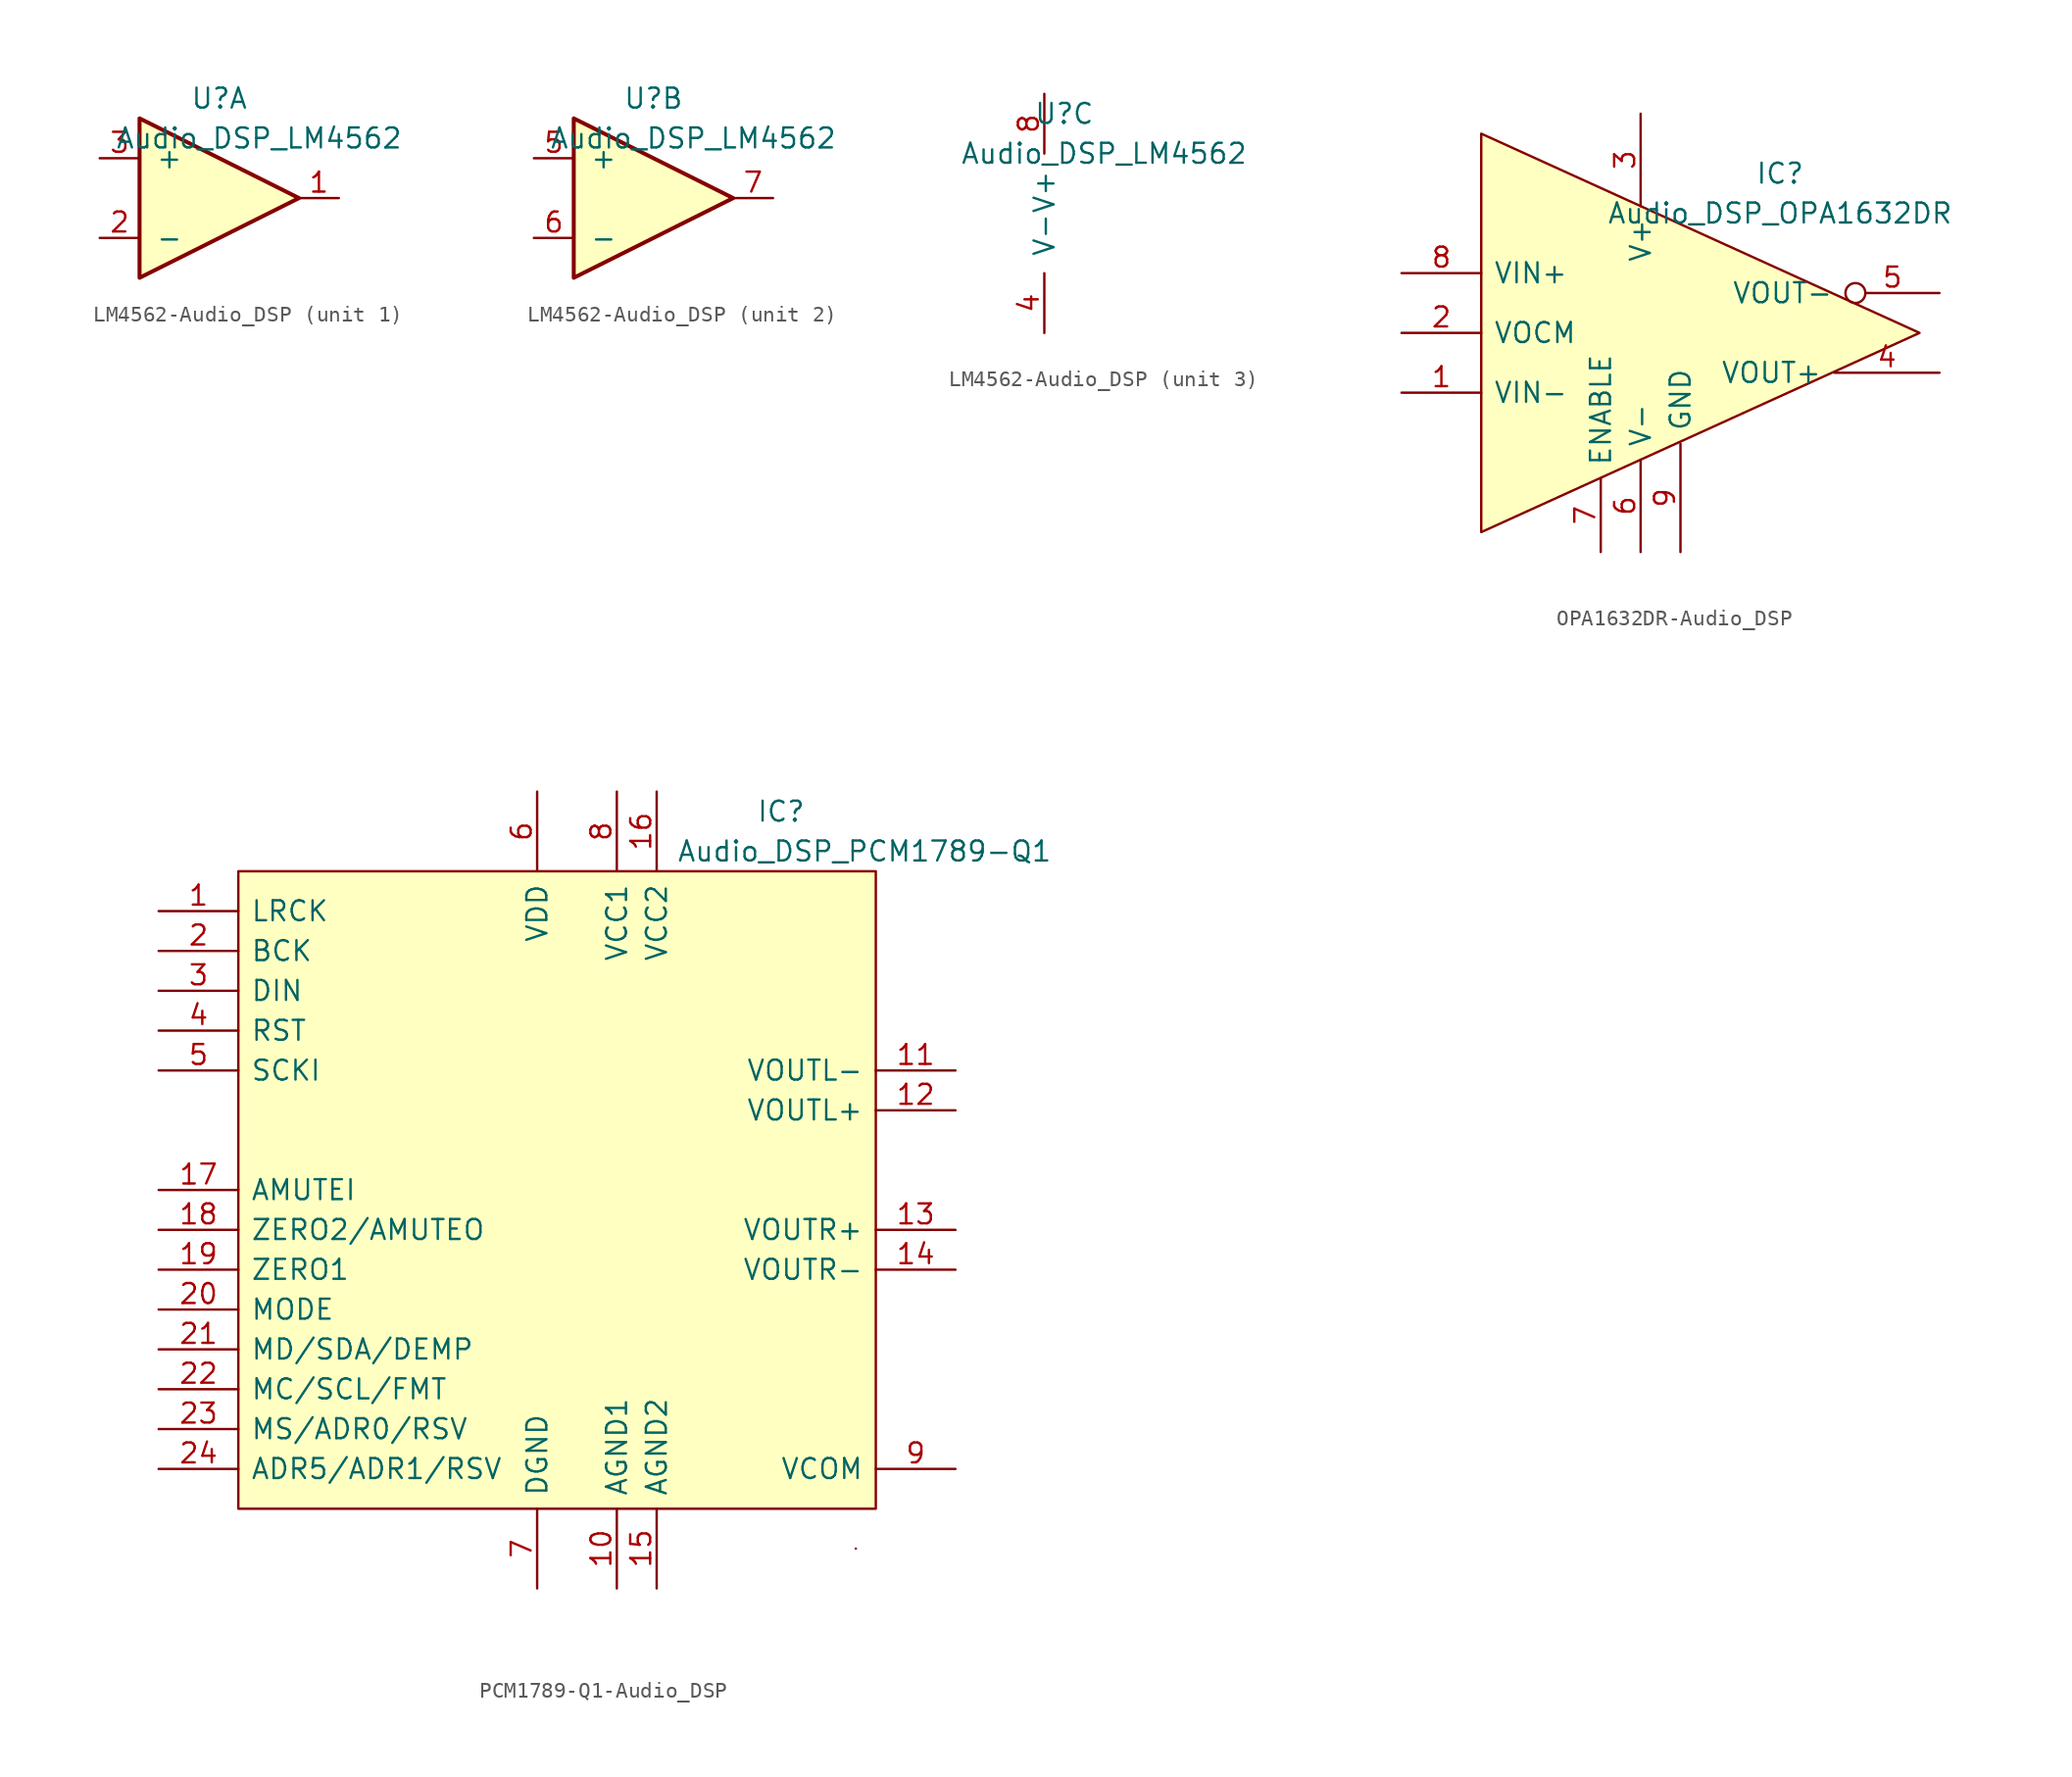
<source format=kicad_sym>
(kicad_symbol_lib
  (version 20220914)
  (generator kicad_symbol_editor)
  (symbol "LM4562-Audio_DSP"
    (pin_names
      (offset 1.016))
    (property "Reference" "U"
      (at 1.27 6.35 0)
      (effects (font (size 1.27 1.27))))
    (property "Value" "Audio_DSP_LM4562"
      (at 3.81 3.81 0)
      (effects (font (size 1.27 1.27))))
    (symbol "LM4562-Audio_DSP_1_1"
      (polyline (pts (xy -3.81 5.08) (xy 6.35 0) (xy -3.81 -5.08) (xy -3.81 5.08)) (stroke (width 0.254) (type solid)) (fill (type background)))
      (pin output line (at 8.89 0 180) (length 2.54) (name "~" (effects (font (size 1.27 1.27)))) (number "1" (effects (font (size 1.27 1.27)))))
      (pin input line (at -6.35 -2.54 0) (length 2.54) (name "-" (effects (font (size 1.27 1.27)))) (number "2" (effects (font (size 1.27 1.27)))))
      (pin input line (at -6.35 2.54 0) (length 2.54) (name "+" (effects (font (size 1.27 1.27)))) (number "3" (effects (font (size 1.27 1.27))))))
    (symbol "LM4562-Audio_DSP_2_1"
      (polyline (pts (xy -3.81 5.08) (xy 6.35 0) (xy -3.81 -5.08) (xy -3.81 5.08)) (stroke (width 0.254) (type solid)) (fill (type background)))
      (pin input line (at -6.35 2.54 0) (length 2.54) (name "+" (effects (font (size 1.27 1.27)))) (number "5" (effects (font (size 1.27 1.27)))))
      (pin input line (at -6.35 -2.54 0) (length 2.54) (name "-" (effects (font (size 1.27 1.27)))) (number "6" (effects (font (size 1.27 1.27)))))
      (pin output line (at 8.89 0 180) (length 2.54) (name "~" (effects (font (size 1.27 1.27)))) (number "7" (effects (font (size 1.27 1.27))))))
    (symbol "LM4562-Audio_DSP_3_1"
      (pin power_in line (at 0 -7.62 90) (length 3.81) (name "V-" (effects (font (size 1.27 1.27)))) (number "4" (effects (font (size 1.27 1.27)))))
      (pin power_in line (at 0 7.62 270) (length 3.81) (name "V+" (effects (font (size 1.27 1.27)))) (number "8" (effects (font (size 1.27 1.27)))))))
  (symbol "OPA1632DR-Audio_DSP"
    (pin_names
      (offset 0.762))
    (property "Reference" "IC"
      (at 8.89 11.43 0)
      (effects (font (size 1.27 1.27))))
    (property "Value" "Audio_DSP_OPA1632DR"
      (at 8.89 8.89 0)
      (effects (font (size 1.27 1.27))))
    (symbol "OPA1632DR-Audio_DSP_0_0"
      (pin passive line (at -15.24 -2.54 0) (length 5.08) (name "VIN-" (effects (font (size 1.27 1.27)))) (number "1" (effects (font (size 1.27 1.27)))))
      (pin passive line (at -15.24 1.27 0) (length 5.08) (name "VOCM" (effects (font (size 1.27 1.27)))) (number "2" (effects (font (size 1.27 1.27)))))
      (pin passive line (at 0 15.24 270) (length 5.893) (name "V+" (effects (font (size 1.27 1.27)))) (number "3" (effects (font (size 1.27 1.27)))))
      (pin passive line (at 19.05 -1.27 180) (length 6.706) (name "VOUT+" (effects (font (size 1.27 1.27)))) (number "4" (effects (font (size 1.27 1.27)))))
      (pin passive inverted (at 19.05 3.81 180) (length 5.994) (name "VOUT-" (effects (font (size 1.27 1.27)))) (number "5" (effects (font (size 1.27 1.27)))))
      (pin passive line (at 0 -12.7 90) (length 5.893) (name "V-" (effects (font (size 1.27 1.27)))) (number "6" (effects (font (size 1.27 1.27)))))
      (pin passive line (at -2.54 -12.7 90) (length 4.699) (name "ENABLE" (effects (font (size 1.27 1.27)))) (number "7" (effects (font (size 1.27 1.27)))))
      (pin passive line (at -15.24 5.08 0) (length 5.08) (name "VIN+" (effects (font (size 1.27 1.27)))) (number "8" (effects (font (size 1.27 1.27))))))
    (symbol "OPA1632DR-Audio_DSP_0_1"
      (polyline (pts (xy -10.16 13.97) (xy 17.78 1.27) (xy -10.16 -11.43) (xy -10.16 13.97)) (stroke (width 0.152) (type solid)) (fill (type background))))
    (symbol "OPA1632DR-Audio_DSP_1_1"
      (pin passive line (at 2.54 -12.7 90) (length 6.909) (name "GND" (effects (font (size 1.27 1.27)))) (number "9" (effects (font (size 1.27 1.27)))))))
  (symbol "PCM1789-Q1-Audio_DSP"
    (pin_names
      (offset 0.762))
    (property "Reference" "IC"
      (at 11.43 22.86 0)
      (effects (font (size 1.27 1.27)) (justify left)))
    (property "Value" "Audio_DSP_PCM1789-Q1"
      (at 6.35 20.32 0)
      (effects (font (size 1.27 1.27)) (justify left)))
    (symbol "PCM1789-Q1-Audio_DSP_0_0"
      (pin passive line (at -26.67 16.51 0) (length 5.08) (name "LRCK" (effects (font (size 1.27 1.27)))) (number "1" (effects (font (size 1.27 1.27)))))
      (pin passive line (at 2.54 -26.67 90) (length 5.08) (name "AGND1" (effects (font (size 1.27 1.27)))) (number "10" (effects (font (size 1.27 1.27)))))
      (pin passive line (at 24.13 6.35 180) (length 5.08) (name "VOUTL-" (effects (font (size 1.27 1.27)))) (number "11" (effects (font (size 1.27 1.27)))))
      (pin passive line (at 24.13 3.81 180) (length 5.08) (name "VOUTL+" (effects (font (size 1.27 1.27)))) (number "12" (effects (font (size 1.27 1.27)))))
      (pin passive line (at 24.13 -3.81 180) (length 5.08) (name "VOUTR+" (effects (font (size 1.27 1.27)))) (number "13" (effects (font (size 1.27 1.27)))))
      (pin passive line (at 24.13 -6.35 180) (length 5.08) (name "VOUTR-" (effects (font (size 1.27 1.27)))) (number "14" (effects (font (size 1.27 1.27)))))
      (pin passive line (at 5.08 -26.67 90) (length 5.08) (name "AGND2" (effects (font (size 1.27 1.27)))) (number "15" (effects (font (size 1.27 1.27)))))
      (pin passive line (at 5.08 24.13 270) (length 5.08) (name "VCC2" (effects (font (size 1.27 1.27)))) (number "16" (effects (font (size 1.27 1.27)))))
      (pin passive line (at -26.67 -1.27 0) (length 5.08) (name "AMUTEI" (effects (font (size 1.27 1.27)))) (number "17" (effects (font (size 1.27 1.27)))))
      (pin passive line (at -26.67 -3.81 0) (length 5.08) (name "ZERO2/AMUTEO" (effects (font (size 1.27 1.27)))) (number "18" (effects (font (size 1.27 1.27)))))
      (pin passive line (at -26.67 -6.35 0) (length 5.08) (name "ZERO1" (effects (font (size 1.27 1.27)))) (number "19" (effects (font (size 1.27 1.27)))))
      (pin passive line (at -26.67 13.97 0) (length 5.08) (name "BCK" (effects (font (size 1.27 1.27)))) (number "2" (effects (font (size 1.27 1.27)))))
      (pin passive line (at -26.67 -8.89 0) (length 5.08) (name "MODE" (effects (font (size 1.27 1.27)))) (number "20" (effects (font (size 1.27 1.27)))))
      (pin passive line (at -26.67 -11.43 0) (length 5.08) (name "MD/SDA/DEMP" (effects (font (size 1.27 1.27)))) (number "21" (effects (font (size 1.27 1.27)))))
      (pin passive line (at -26.67 -13.97 0) (length 5.08) (name "MC/SCL/FMT" (effects (font (size 1.27 1.27)))) (number "22" (effects (font (size 1.27 1.27)))))
      (pin passive line (at -26.67 -16.51 0) (length 5.08) (name "MS/ADR0/RSV" (effects (font (size 1.27 1.27)))) (number "23" (effects (font (size 1.27 1.27)))))
      (pin passive line (at -26.67 -19.05 0) (length 5.08) (name "ADR5/ADR1/RSV" (effects (font (size 1.27 1.27)))) (number "24" (effects (font (size 1.27 1.27)))))
      (pin passive line (at -26.67 11.43 0) (length 5.08) (name "DIN" (effects (font (size 1.27 1.27)))) (number "3" (effects (font (size 1.27 1.27)))))
      (pin passive line (at -26.67 8.89 0) (length 5.08) (name "RST" (effects (font (size 1.27 1.27)))) (number "4" (effects (font (size 1.27 1.27)))))
      (pin passive line (at -26.67 6.35 0) (length 5.08) (name "SCKI" (effects (font (size 1.27 1.27)))) (number "5" (effects (font (size 1.27 1.27)))))
      (pin passive line (at -2.54 24.13 270) (length 5.08) (name "VDD" (effects (font (size 1.27 1.27)))) (number "6" (effects (font (size 1.27 1.27)))))
      (pin passive line (at -2.54 -26.67 90) (length 5.08) (name "DGND" (effects (font (size 1.27 1.27)))) (number "7" (effects (font (size 1.27 1.27)))))
      (pin passive line (at 2.54 24.13 270) (length 5.08) (name "VCC1" (effects (font (size 1.27 1.27)))) (number "8" (effects (font (size 1.27 1.27)))))
      (pin passive line (at 24.13 -19.05 180) (length 5.08) (name "VCOM" (effects (font (size 1.27 1.27)))) (number "9" (effects (font (size 1.27 1.27))))))
    (symbol "PCM1789-Q1-Audio_DSP_0_1"
      (rectangle (start -21.59 19.05) (end 19.05 -21.59) (stroke (width 0.152) (type solid)) (fill (type background)))
      (rectangle (start 17.78 -24.13) (end 17.78 -24.13) (stroke (width 0.152) (type solid)) (fill (type none))))))
</source>
